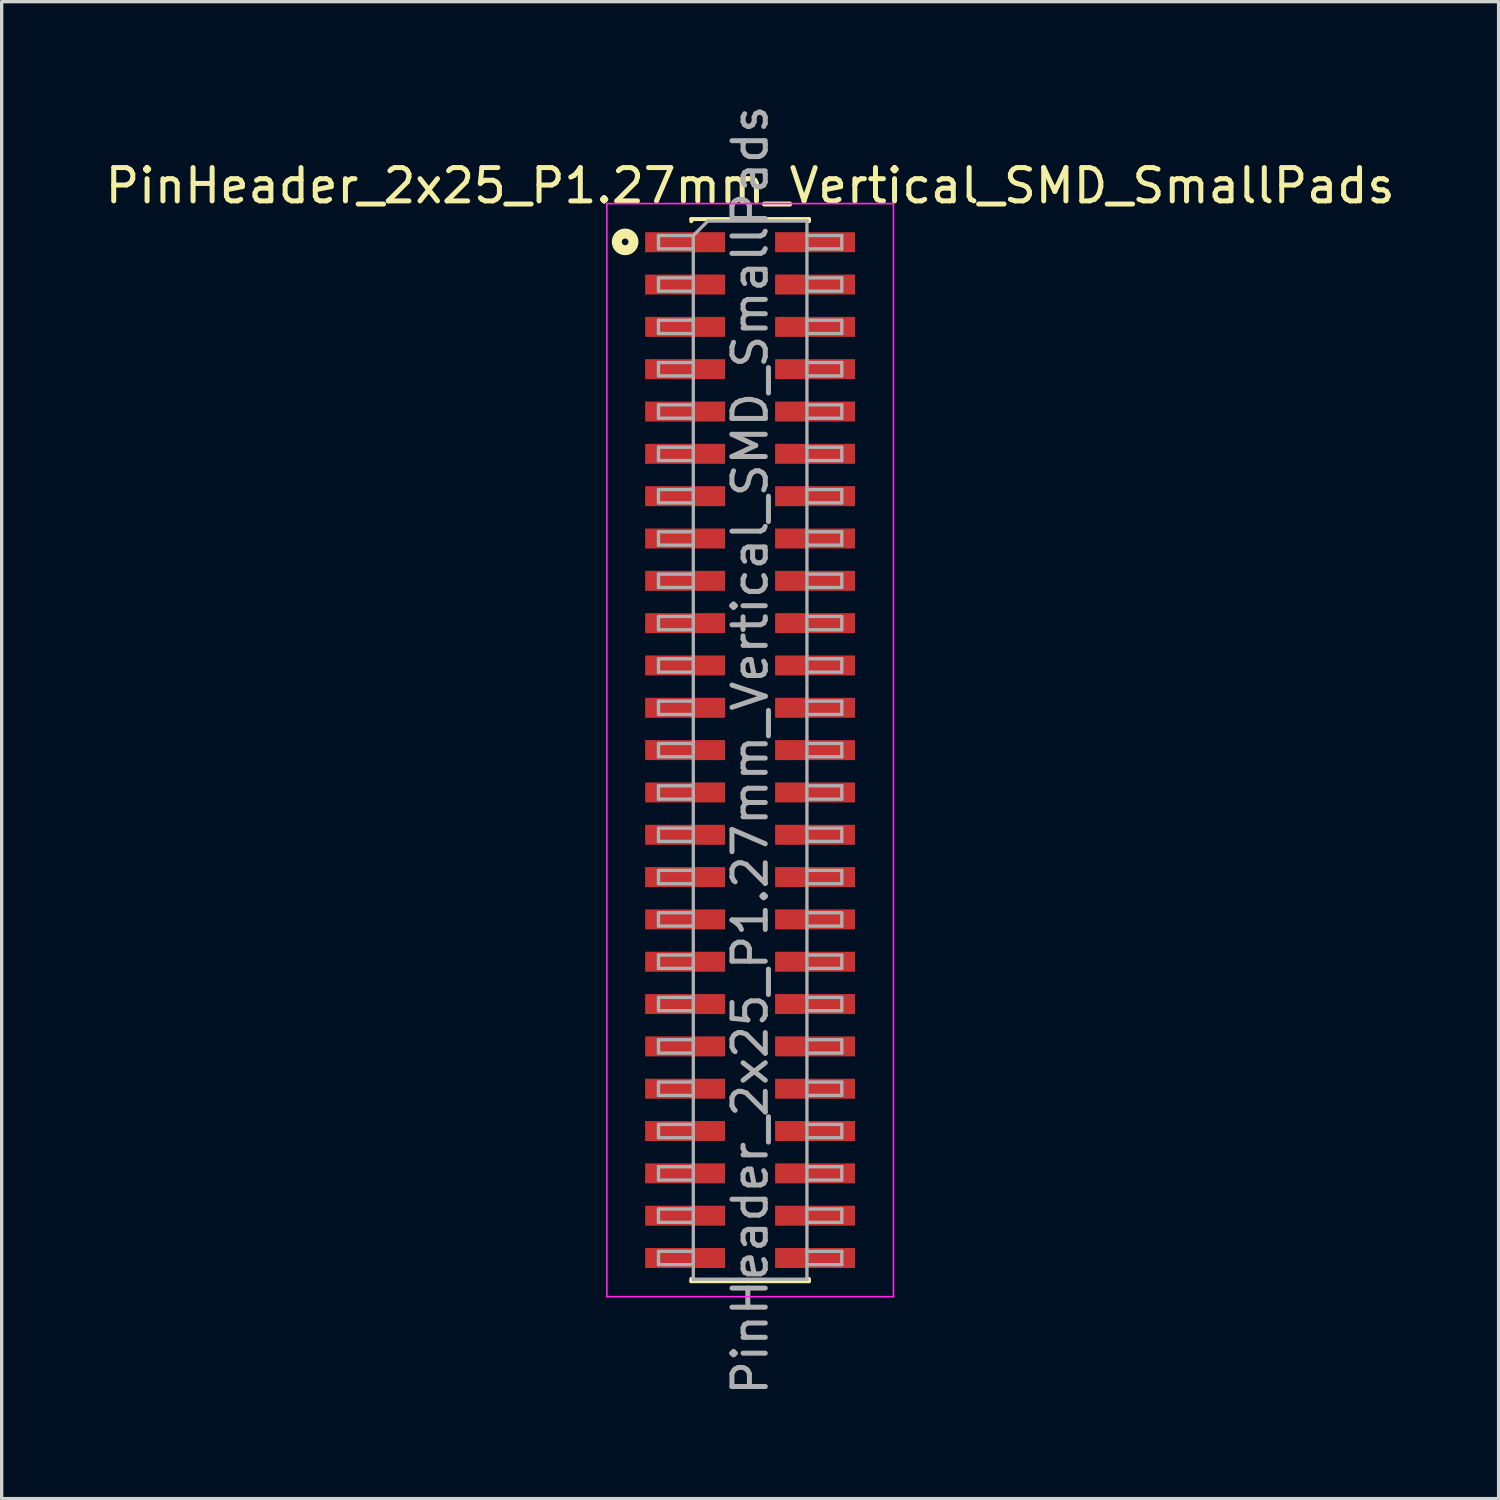
<source format=kicad_pcb>
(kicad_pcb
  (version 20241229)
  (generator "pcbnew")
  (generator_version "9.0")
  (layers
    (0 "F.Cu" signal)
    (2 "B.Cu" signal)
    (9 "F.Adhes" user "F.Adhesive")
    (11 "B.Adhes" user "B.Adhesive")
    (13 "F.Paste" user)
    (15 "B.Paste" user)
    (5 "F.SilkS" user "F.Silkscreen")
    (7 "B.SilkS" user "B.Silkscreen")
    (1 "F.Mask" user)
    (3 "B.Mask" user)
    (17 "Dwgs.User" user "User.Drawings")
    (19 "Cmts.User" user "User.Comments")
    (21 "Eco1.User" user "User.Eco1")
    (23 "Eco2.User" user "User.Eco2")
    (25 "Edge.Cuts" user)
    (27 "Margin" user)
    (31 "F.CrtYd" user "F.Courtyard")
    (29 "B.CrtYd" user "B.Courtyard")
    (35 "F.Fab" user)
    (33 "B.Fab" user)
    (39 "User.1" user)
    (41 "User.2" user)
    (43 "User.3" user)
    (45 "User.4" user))
  (footprint "PinHeader_2x25_P1.27mm_Vertical_SMD_SmallPads"
    (layer "F.Cu")
    (at 19.458 19.458)
    (property "Reference" "PinHeader_2x25_P1.27mm_Vertical_SMD_SmallPads" (at 0 -16.935 180) (layer "F.SilkS") (effects (font (size 1 1) (thickness 0.15))))
    (attr smd)
    (fp_line (start -1.765 -15.935) (end -1.765 -15.87) (stroke (width 0.12) (type solid)) (layer "F.SilkS"))
    (fp_line (start -1.765 -15.935) (end 1.765 -15.935) (stroke (width 0.12) (type solid)) (layer "F.SilkS"))
    (fp_line (start -1.765 15.87) (end -1.765 15.935) (stroke (width 0.12) (type solid)) (layer "F.SilkS"))
    (fp_line (start -1.765 15.935) (end 1.765 15.935) (stroke (width 0.12) (type solid)) (layer "F.SilkS"))
    (fp_line (start 1.765 -15.935) (end 1.765 -15.87) (stroke (width 0.12) (type solid)) (layer "F.SilkS"))
    (fp_line (start 1.765 15.87) (end 1.765 15.935) (stroke (width 0.12) (type solid)) (layer "F.SilkS"))
    (fp_circle (center -3.75 -15.25) (end -3.65 -15.25) (stroke (width 0.3) (type solid)) (fill no) (layer "F.SilkS"))
    (fp_line (start -4.3 -16.4) (end -4.3 16.4) (stroke (width 0.05) (type solid)) (layer "F.CrtYd"))
    (fp_line (start -4.3 16.4) (end 4.3 16.4) (stroke (width 0.05) (type solid)) (layer "F.CrtYd"))
    (fp_line (start 4.3 -16.4) (end -4.3 -16.4) (stroke (width 0.05) (type solid)) (layer "F.CrtYd"))
    (fp_line (start 4.3 16.4) (end 4.3 -16.4) (stroke (width 0.05) (type solid)) (layer "F.CrtYd"))
    (fp_line (start -2.75 -15.44) (end -2.75 -15.04) (stroke (width 0.1) (type solid)) (layer "F.Fab"))
    (fp_line (start -2.75 -15.04) (end -1.705 -15.04) (stroke (width 0.1) (type solid)) (layer "F.Fab"))
    (fp_line (start -2.75 -14.17) (end -2.75 -13.77) (stroke (width 0.1) (type solid)) (layer "F.Fab"))
    (fp_line (start -2.75 -13.77) (end -1.705 -13.77) (stroke (width 0.1) (type solid)) (layer "F.Fab"))
    (fp_line (start -2.75 -12.9) (end -2.75 -12.5) (stroke (width 0.1) (type solid)) (layer "F.Fab"))
    (fp_line (start -2.75 -12.5) (end -1.705 -12.5) (stroke (width 0.1) (type solid)) (layer "F.Fab"))
    (fp_line (start -2.75 -11.63) (end -2.75 -11.23) (stroke (width 0.1) (type solid)) (layer "F.Fab"))
    (fp_line (start -2.75 -11.23) (end -1.705 -11.23) (stroke (width 0.1) (type solid)) (layer "F.Fab"))
    (fp_line (start -2.75 -10.36) (end -2.75 -9.96) (stroke (width 0.1) (type solid)) (layer "F.Fab"))
    (fp_line (start -2.75 -9.96) (end -1.705 -9.96) (stroke (width 0.1) (type solid)) (layer "F.Fab"))
    (fp_line (start -2.75 -9.09) (end -2.75 -8.69) (stroke (width 0.1) (type solid)) (layer "F.Fab"))
    (fp_line (start -2.75 -8.69) (end -1.705 -8.69) (stroke (width 0.1) (type solid)) (layer "F.Fab"))
    (fp_line (start -2.75 -7.82) (end -2.75 -7.42) (stroke (width 0.1) (type solid)) (layer "F.Fab"))
    (fp_line (start -2.75 -7.42) (end -1.705 -7.42) (stroke (width 0.1) (type solid)) (layer "F.Fab"))
    (fp_line (start -2.75 -6.55) (end -2.75 -6.15) (stroke (width 0.1) (type solid)) (layer "F.Fab"))
    (fp_line (start -2.75 -6.15) (end -1.705 -6.15) (stroke (width 0.1) (type solid)) (layer "F.Fab"))
    (fp_line (start -2.75 -5.28) (end -2.75 -4.88) (stroke (width 0.1) (type solid)) (layer "F.Fab"))
    (fp_line (start -2.75 -4.88) (end -1.705 -4.88) (stroke (width 0.1) (type solid)) (layer "F.Fab"))
    (fp_line (start -2.75 -4.01) (end -2.75 -3.61) (stroke (width 0.1) (type solid)) (layer "F.Fab"))
    (fp_line (start -2.75 -3.61) (end -1.705 -3.61) (stroke (width 0.1) (type solid)) (layer "F.Fab"))
    (fp_line (start -2.75 -2.74) (end -2.75 -2.34) (stroke (width 0.1) (type solid)) (layer "F.Fab"))
    (fp_line (start -2.75 -2.34) (end -1.705 -2.34) (stroke (width 0.1) (type solid)) (layer "F.Fab"))
    (fp_line (start -2.75 -1.47) (end -2.75 -1.07) (stroke (width 0.1) (type solid)) (layer "F.Fab"))
    (fp_line (start -2.75 -1.07) (end -1.705 -1.07) (stroke (width 0.1) (type solid)) (layer "F.Fab"))
    (fp_line (start -2.75 -0.2) (end -2.75 0.2) (stroke (width 0.1) (type solid)) (layer "F.Fab"))
    (fp_line (start -2.75 0.2) (end -1.705 0.2) (stroke (width 0.1) (type solid)) (layer "F.Fab"))
    (fp_line (start -2.75 1.07) (end -2.75 1.47) (stroke (width 0.1) (type solid)) (layer "F.Fab"))
    (fp_line (start -2.75 1.47) (end -1.705 1.47) (stroke (width 0.1) (type solid)) (layer "F.Fab"))
    (fp_line (start -2.75 2.34) (end -2.75 2.74) (stroke (width 0.1) (type solid)) (layer "F.Fab"))
    (fp_line (start -2.75 2.74) (end -1.705 2.74) (stroke (width 0.1) (type solid)) (layer "F.Fab"))
    (fp_line (start -2.75 3.61) (end -2.75 4.01) (stroke (width 0.1) (type solid)) (layer "F.Fab"))
    (fp_line (start -2.75 4.01) (end -1.705 4.01) (stroke (width 0.1) (type solid)) (layer "F.Fab"))
    (fp_line (start -2.75 4.88) (end -2.75 5.28) (stroke (width 0.1) (type solid)) (layer "F.Fab"))
    (fp_line (start -2.75 5.28) (end -1.705 5.28) (stroke (width 0.1) (type solid)) (layer "F.Fab"))
    (fp_line (start -2.75 6.15) (end -2.75 6.55) (stroke (width 0.1) (type solid)) (layer "F.Fab"))
    (fp_line (start -2.75 6.55) (end -1.705 6.55) (stroke (width 0.1) (type solid)) (layer "F.Fab"))
    (fp_line (start -2.75 7.42) (end -2.75 7.82) (stroke (width 0.1) (type solid)) (layer "F.Fab"))
    (fp_line (start -2.75 7.82) (end -1.705 7.82) (stroke (width 0.1) (type solid)) (layer "F.Fab"))
    (fp_line (start -2.75 8.69) (end -2.75 9.09) (stroke (width 0.1) (type solid)) (layer "F.Fab"))
    (fp_line (start -2.75 9.09) (end -1.705 9.09) (stroke (width 0.1) (type solid)) (layer "F.Fab"))
    (fp_line (start -2.75 9.96) (end -2.75 10.36) (stroke (width 0.1) (type solid)) (layer "F.Fab"))
    (fp_line (start -2.75 10.36) (end -1.705 10.36) (stroke (width 0.1) (type solid)) (layer "F.Fab"))
    (fp_line (start -2.75 11.23) (end -2.75 11.63) (stroke (width 0.1) (type solid)) (layer "F.Fab"))
    (fp_line (start -2.75 11.63) (end -1.705 11.63) (stroke (width 0.1) (type solid)) (layer "F.Fab"))
    (fp_line (start -2.75 12.5) (end -2.75 12.9) (stroke (width 0.1) (type solid)) (layer "F.Fab"))
    (fp_line (start -2.75 12.9) (end -1.705 12.9) (stroke (width 0.1) (type solid)) (layer "F.Fab"))
    (fp_line (start -2.75 13.77) (end -2.75 14.17) (stroke (width 0.1) (type solid)) (layer "F.Fab"))
    (fp_line (start -2.75 14.17) (end -1.705 14.17) (stroke (width 0.1) (type solid)) (layer "F.Fab"))
    (fp_line (start -2.75 15.04) (end -2.75 15.44) (stroke (width 0.1) (type solid)) (layer "F.Fab"))
    (fp_line (start -2.75 15.44) (end -1.705 15.44) (stroke (width 0.1) (type solid)) (layer "F.Fab"))
    (fp_line (start -1.705 -15.44) (end -2.75 -15.44) (stroke (width 0.1) (type solid)) (layer "F.Fab"))
    (fp_line (start -1.705 -15.44) (end -1.27 -15.875) (stroke (width 0.1) (type solid)) (layer "F.Fab"))
    (fp_line (start -1.705 -14.17) (end -2.75 -14.17) (stroke (width 0.1) (type solid)) (layer "F.Fab"))
    (fp_line (start -1.705 -12.9) (end -2.75 -12.9) (stroke (width 0.1) (type solid)) (layer "F.Fab"))
    (fp_line (start -1.705 -11.63) (end -2.75 -11.63) (stroke (width 0.1) (type solid)) (layer "F.Fab"))
    (fp_line (start -1.705 -10.36) (end -2.75 -10.36) (stroke (width 0.1) (type solid)) (layer "F.Fab"))
    (fp_line (start -1.705 -9.09) (end -2.75 -9.09) (stroke (width 0.1) (type solid)) (layer "F.Fab"))
    (fp_line (start -1.705 -7.82) (end -2.75 -7.82) (stroke (width 0.1) (type solid)) (layer "F.Fab"))
    (fp_line (start -1.705 -6.55) (end -2.75 -6.55) (stroke (width 0.1) (type solid)) (layer "F.Fab"))
    (fp_line (start -1.705 -5.28) (end -2.75 -5.28) (stroke (width 0.1) (type solid)) (layer "F.Fab"))
    (fp_line (start -1.705 -4.01) (end -2.75 -4.01) (stroke (width 0.1) (type solid)) (layer "F.Fab"))
    (fp_line (start -1.705 -2.74) (end -2.75 -2.74) (stroke (width 0.1) (type solid)) (layer "F.Fab"))
    (fp_line (start -1.705 -1.47) (end -2.75 -1.47) (stroke (width 0.1) (type solid)) (layer "F.Fab"))
    (fp_line (start -1.705 -0.2) (end -2.75 -0.2) (stroke (width 0.1) (type solid)) (layer "F.Fab"))
    (fp_line (start -1.705 1.07) (end -2.75 1.07) (stroke (width 0.1) (type solid)) (layer "F.Fab"))
    (fp_line (start -1.705 2.34) (end -2.75 2.34) (stroke (width 0.1) (type solid)) (layer "F.Fab"))
    (fp_line (start -1.705 3.61) (end -2.75 3.61) (stroke (width 0.1) (type solid)) (layer "F.Fab"))
    (fp_line (start -1.705 4.88) (end -2.75 4.88) (stroke (width 0.1) (type solid)) (layer "F.Fab"))
    (fp_line (start -1.705 6.15) (end -2.75 6.15) (stroke (width 0.1) (type solid)) (layer "F.Fab"))
    (fp_line (start -1.705 7.42) (end -2.75 7.42) (stroke (width 0.1) (type solid)) (layer "F.Fab"))
    (fp_line (start -1.705 8.69) (end -2.75 8.69) (stroke (width 0.1) (type solid)) (layer "F.Fab"))
    (fp_line (start -1.705 9.96) (end -2.75 9.96) (stroke (width 0.1) (type solid)) (layer "F.Fab"))
    (fp_line (start -1.705 11.23) (end -2.75 11.23) (stroke (width 0.1) (type solid)) (layer "F.Fab"))
    (fp_line (start -1.705 12.5) (end -2.75 12.5) (stroke (width 0.1) (type solid)) (layer "F.Fab"))
    (fp_line (start -1.705 13.77) (end -2.75 13.77) (stroke (width 0.1) (type solid)) (layer "F.Fab"))
    (fp_line (start -1.705 15.04) (end -2.75 15.04) (stroke (width 0.1) (type solid)) (layer "F.Fab"))
    (fp_line (start -1.705 15.875) (end -1.705 -15.44) (stroke (width 0.1) (type solid)) (layer "F.Fab"))
    (fp_line (start -1.27 -15.875) (end 1.705 -15.875) (stroke (width 0.1) (type solid)) (layer "F.Fab"))
    (fp_line (start 1.705 -15.875) (end 1.705 15.875) (stroke (width 0.1) (type solid)) (layer "F.Fab"))
    (fp_line (start 1.705 -15.44) (end 2.75 -15.44) (stroke (width 0.1) (type solid)) (layer "F.Fab"))
    (fp_line (start 1.705 -14.17) (end 2.75 -14.17) (stroke (width 0.1) (type solid)) (layer "F.Fab"))
    (fp_line (start 1.705 -12.9) (end 2.75 -12.9) (stroke (width 0.1) (type solid)) (layer "F.Fab"))
    (fp_line (start 1.705 -11.63) (end 2.75 -11.63) (stroke (width 0.1) (type solid)) (layer "F.Fab"))
    (fp_line (start 1.705 -10.36) (end 2.75 -10.36) (stroke (width 0.1) (type solid)) (layer "F.Fab"))
    (fp_line (start 1.705 -9.09) (end 2.75 -9.09) (stroke (width 0.1) (type solid)) (layer "F.Fab"))
    (fp_line (start 1.705 -7.82) (end 2.75 -7.82) (stroke (width 0.1) (type solid)) (layer "F.Fab"))
    (fp_line (start 1.705 -6.55) (end 2.75 -6.55) (stroke (width 0.1) (type solid)) (layer "F.Fab"))
    (fp_line (start 1.705 -5.28) (end 2.75 -5.28) (stroke (width 0.1) (type solid)) (layer "F.Fab"))
    (fp_line (start 1.705 -4.01) (end 2.75 -4.01) (stroke (width 0.1) (type solid)) (layer "F.Fab"))
    (fp_line (start 1.705 -2.74) (end 2.75 -2.74) (stroke (width 0.1) (type solid)) (layer "F.Fab"))
    (fp_line (start 1.705 -1.47) (end 2.75 -1.47) (stroke (width 0.1) (type solid)) (layer "F.Fab"))
    (fp_line (start 1.705 -0.2) (end 2.75 -0.2) (stroke (width 0.1) (type solid)) (layer "F.Fab"))
    (fp_line (start 1.705 1.07) (end 2.75 1.07) (stroke (width 0.1) (type solid)) (layer "F.Fab"))
    (fp_line (start 1.705 2.34) (end 2.75 2.34) (stroke (width 0.1) (type solid)) (layer "F.Fab"))
    (fp_line (start 1.705 3.61) (end 2.75 3.61) (stroke (width 0.1) (type solid)) (layer "F.Fab"))
    (fp_line (start 1.705 4.88) (end 2.75 4.88) (stroke (width 0.1) (type solid)) (layer "F.Fab"))
    (fp_line (start 1.705 6.15) (end 2.75 6.15) (stroke (width 0.1) (type solid)) (layer "F.Fab"))
    (fp_line (start 1.705 7.42) (end 2.75 7.42) (stroke (width 0.1) (type solid)) (layer "F.Fab"))
    (fp_line (start 1.705 8.69) (end 2.75 8.69) (stroke (width 0.1) (type solid)) (layer "F.Fab"))
    (fp_line (start 1.705 9.96) (end 2.75 9.96) (stroke (width 0.1) (type solid)) (layer "F.Fab"))
    (fp_line (start 1.705 11.23) (end 2.75 11.23) (stroke (width 0.1) (type solid)) (layer "F.Fab"))
    (fp_line (start 1.705 12.5) (end 2.75 12.5) (stroke (width 0.1) (type solid)) (layer "F.Fab"))
    (fp_line (start 1.705 13.77) (end 2.75 13.77) (stroke (width 0.1) (type solid)) (layer "F.Fab"))
    (fp_line (start 1.705 15.04) (end 2.75 15.04) (stroke (width 0.1) (type solid)) (layer "F.Fab"))
    (fp_line (start 1.705 15.875) (end -1.705 15.875) (stroke (width 0.1) (type solid)) (layer "F.Fab"))
    (fp_line (start 2.75 -15.44) (end 2.75 -15.04) (stroke (width 0.1) (type solid)) (layer "F.Fab"))
    (fp_line (start 2.75 -15.04) (end 1.705 -15.04) (stroke (width 0.1) (type solid)) (layer "F.Fab"))
    (fp_line (start 2.75 -14.17) (end 2.75 -13.77) (stroke (width 0.1) (type solid)) (layer "F.Fab"))
    (fp_line (start 2.75 -13.77) (end 1.705 -13.77) (stroke (width 0.1) (type solid)) (layer "F.Fab"))
    (fp_line (start 2.75 -12.9) (end 2.75 -12.5) (stroke (width 0.1) (type solid)) (layer "F.Fab"))
    (fp_line (start 2.75 -12.5) (end 1.705 -12.5) (stroke (width 0.1) (type solid)) (layer "F.Fab"))
    (fp_line (start 2.75 -11.63) (end 2.75 -11.23) (stroke (width 0.1) (type solid)) (layer "F.Fab"))
    (fp_line (start 2.75 -11.23) (end 1.705 -11.23) (stroke (width 0.1) (type solid)) (layer "F.Fab"))
    (fp_line (start 2.75 -10.36) (end 2.75 -9.96) (stroke (width 0.1) (type solid)) (layer "F.Fab"))
    (fp_line (start 2.75 -9.96) (end 1.705 -9.96) (stroke (width 0.1) (type solid)) (layer "F.Fab"))
    (fp_line (start 2.75 -9.09) (end 2.75 -8.69) (stroke (width 0.1) (type solid)) (layer "F.Fab"))
    (fp_line (start 2.75 -8.69) (end 1.705 -8.69) (stroke (width 0.1) (type solid)) (layer "F.Fab"))
    (fp_line (start 2.75 -7.82) (end 2.75 -7.42) (stroke (width 0.1) (type solid)) (layer "F.Fab"))
    (fp_line (start 2.75 -7.42) (end 1.705 -7.42) (stroke (width 0.1) (type solid)) (layer "F.Fab"))
    (fp_line (start 2.75 -6.55) (end 2.75 -6.15) (stroke (width 0.1) (type solid)) (layer "F.Fab"))
    (fp_line (start 2.75 -6.15) (end 1.705 -6.15) (stroke (width 0.1) (type solid)) (layer "F.Fab"))
    (fp_line (start 2.75 -5.28) (end 2.75 -4.88) (stroke (width 0.1) (type solid)) (layer "F.Fab"))
    (fp_line (start 2.75 -4.88) (end 1.705 -4.88) (stroke (width 0.1) (type solid)) (layer "F.Fab"))
    (fp_line (start 2.75 -4.01) (end 2.75 -3.61) (stroke (width 0.1) (type solid)) (layer "F.Fab"))
    (fp_line (start 2.75 -3.61) (end 1.705 -3.61) (stroke (width 0.1) (type solid)) (layer "F.Fab"))
    (fp_line (start 2.75 -2.74) (end 2.75 -2.34) (stroke (width 0.1) (type solid)) (layer "F.Fab"))
    (fp_line (start 2.75 -2.34) (end 1.705 -2.34) (stroke (width 0.1) (type solid)) (layer "F.Fab"))
    (fp_line (start 2.75 -1.47) (end 2.75 -1.07) (stroke (width 0.1) (type solid)) (layer "F.Fab"))
    (fp_line (start 2.75 -1.07) (end 1.705 -1.07) (stroke (width 0.1) (type solid)) (layer "F.Fab"))
    (fp_line (start 2.75 -0.2) (end 2.75 0.2) (stroke (width 0.1) (type solid)) (layer "F.Fab"))
    (fp_line (start 2.75 0.2) (end 1.705 0.2) (stroke (width 0.1) (type solid)) (layer "F.Fab"))
    (fp_line (start 2.75 1.07) (end 2.75 1.47) (stroke (width 0.1) (type solid)) (layer "F.Fab"))
    (fp_line (start 2.75 1.47) (end 1.705 1.47) (stroke (width 0.1) (type solid)) (layer "F.Fab"))
    (fp_line (start 2.75 2.34) (end 2.75 2.74) (stroke (width 0.1) (type solid)) (layer "F.Fab"))
    (fp_line (start 2.75 2.74) (end 1.705 2.74) (stroke (width 0.1) (type solid)) (layer "F.Fab"))
    (fp_line (start 2.75 3.61) (end 2.75 4.01) (stroke (width 0.1) (type solid)) (layer "F.Fab"))
    (fp_line (start 2.75 4.01) (end 1.705 4.01) (stroke (width 0.1) (type solid)) (layer "F.Fab"))
    (fp_line (start 2.75 4.88) (end 2.75 5.28) (stroke (width 0.1) (type solid)) (layer "F.Fab"))
    (fp_line (start 2.75 5.28) (end 1.705 5.28) (stroke (width 0.1) (type solid)) (layer "F.Fab"))
    (fp_line (start 2.75 6.15) (end 2.75 6.55) (stroke (width 0.1) (type solid)) (layer "F.Fab"))
    (fp_line (start 2.75 6.55) (end 1.705 6.55) (stroke (width 0.1) (type solid)) (layer "F.Fab"))
    (fp_line (start 2.75 7.42) (end 2.75 7.82) (stroke (width 0.1) (type solid)) (layer "F.Fab"))
    (fp_line (start 2.75 7.82) (end 1.705 7.82) (stroke (width 0.1) (type solid)) (layer "F.Fab"))
    (fp_line (start 2.75 8.69) (end 2.75 9.09) (stroke (width 0.1) (type solid)) (layer "F.Fab"))
    (fp_line (start 2.75 9.09) (end 1.705 9.09) (stroke (width 0.1) (type solid)) (layer "F.Fab"))
    (fp_line (start 2.75 9.96) (end 2.75 10.36) (stroke (width 0.1) (type solid)) (layer "F.Fab"))
    (fp_line (start 2.75 10.36) (end 1.705 10.36) (stroke (width 0.1) (type solid)) (layer "F.Fab"))
    (fp_line (start 2.75 11.23) (end 2.75 11.63) (stroke (width 0.1) (type solid)) (layer "F.Fab"))
    (fp_line (start 2.75 11.63) (end 1.705 11.63) (stroke (width 0.1) (type solid)) (layer "F.Fab"))
    (fp_line (start 2.75 12.5) (end 2.75 12.9) (stroke (width 0.1) (type solid)) (layer "F.Fab"))
    (fp_line (start 2.75 12.9) (end 1.705 12.9) (stroke (width 0.1) (type solid)) (layer "F.Fab"))
    (fp_line (start 2.75 13.77) (end 2.75 14.17) (stroke (width 0.1) (type solid)) (layer "F.Fab"))
    (fp_line (start 2.75 14.17) (end 1.705 14.17) (stroke (width 0.1) (type solid)) (layer "F.Fab"))
    (fp_line (start 2.75 15.04) (end 2.75 15.44) (stroke (width 0.1) (type solid)) (layer "F.Fab"))
    (fp_line (start 2.75 15.44) (end 1.705 15.44) (stroke (width 0.1) (type solid)) (layer "F.Fab"))
    (fp_text user "${REFERENCE}" (at 0 0 90) (layer "F.Fab") (effects (font (size 1 1) (thickness 0.15))))
    (pad "1" smd rect (at -1.95 -15.24) (size 2.4 0.6) (layers "F.Cu" "F.Mask" "F.Paste"))
    (pad "2" smd rect (at 1.95 -15.24) (size 2.4 0.6) (layers "F.Cu" "F.Mask" "F.Paste"))
    (pad "3" smd rect (at -1.95 -13.97) (size 2.4 0.6) (layers "F.Cu" "F.Mask" "F.Paste"))
    (pad "4" smd rect (at 1.95 -13.97) (size 2.4 0.6) (layers "F.Cu" "F.Mask" "F.Paste"))
    (pad "5" smd rect (at -1.95 -12.7) (size 2.4 0.6) (layers "F.Cu" "F.Mask" "F.Paste"))
    (pad "6" smd rect (at 1.95 -12.7) (size 2.4 0.6) (layers "F.Cu" "F.Mask" "F.Paste"))
    (pad "7" smd rect (at -1.95 -11.43) (size 2.4 0.6) (layers "F.Cu" "F.Mask" "F.Paste"))
    (pad "8" smd rect (at 1.95 -11.43) (size 2.4 0.6) (layers "F.Cu" "F.Mask" "F.Paste"))
    (pad "9" smd rect (at -1.95 -10.16) (size 2.4 0.6) (layers "F.Cu" "F.Mask" "F.Paste"))
    (pad "10" smd rect (at 1.95 -10.16) (size 2.4 0.6) (layers "F.Cu" "F.Mask" "F.Paste"))
    (pad "11" smd rect (at -1.95 -8.89) (size 2.4 0.6) (layers "F.Cu" "F.Mask" "F.Paste"))
    (pad "12" smd rect (at 1.95 -8.89) (size 2.4 0.6) (layers "F.Cu" "F.Mask" "F.Paste"))
    (pad "13" smd rect (at -1.95 -7.62) (size 2.4 0.6) (layers "F.Cu" "F.Mask" "F.Paste"))
    (pad "14" smd rect (at 1.95 -7.62) (size 2.4 0.6) (layers "F.Cu" "F.Mask" "F.Paste"))
    (pad "15" smd rect (at -1.95 -6.35) (size 2.4 0.6) (layers "F.Cu" "F.Mask" "F.Paste"))
    (pad "16" smd rect (at 1.95 -6.35) (size 2.4 0.6) (layers "F.Cu" "F.Mask" "F.Paste"))
    (pad "17" smd rect (at -1.95 -5.08) (size 2.4 0.6) (layers "F.Cu" "F.Mask" "F.Paste"))
    (pad "18" smd rect (at 1.95 -5.08) (size 2.4 0.6) (layers "F.Cu" "F.Mask" "F.Paste"))
    (pad "19" smd rect (at -1.95 -3.81) (size 2.4 0.6) (layers "F.Cu" "F.Mask" "F.Paste"))
    (pad "20" smd rect (at 1.95 -3.81) (size 2.4 0.6) (layers "F.Cu" "F.Mask" "F.Paste"))
    (pad "21" smd rect (at -1.95 -2.54) (size 2.4 0.6) (layers "F.Cu" "F.Mask" "F.Paste"))
    (pad "22" smd rect (at 1.95 -2.54) (size 2.4 0.6) (layers "F.Cu" "F.Mask" "F.Paste"))
    (pad "23" smd rect (at -1.95 -1.27) (size 2.4 0.6) (layers "F.Cu" "F.Mask" "F.Paste"))
    (pad "24" smd rect (at 1.95 -1.27) (size 2.4 0.6) (layers "F.Cu" "F.Mask" "F.Paste"))
    (pad "25" smd rect (at -1.95 0) (size 2.4 0.6) (layers "F.Cu" "F.Mask" "F.Paste"))
    (pad "26" smd rect (at 1.95 0) (size 2.4 0.6) (layers "F.Cu" "F.Mask" "F.Paste"))
    (pad "27" smd rect (at -1.95 1.27) (size 2.4 0.6) (layers "F.Cu" "F.Mask" "F.Paste"))
    (pad "28" smd rect (at 1.95 1.27) (size 2.4 0.6) (layers "F.Cu" "F.Mask" "F.Paste"))
    (pad "29" smd rect (at -1.95 2.54) (size 2.4 0.6) (layers "F.Cu" "F.Mask" "F.Paste"))
    (pad "30" smd rect (at 1.95 2.54) (size 2.4 0.6) (layers "F.Cu" "F.Mask" "F.Paste"))
    (pad "31" smd rect (at -1.95 3.81) (size 2.4 0.6) (layers "F.Cu" "F.Mask" "F.Paste"))
    (pad "32" smd rect (at 1.95 3.81) (size 2.4 0.6) (layers "F.Cu" "F.Mask" "F.Paste"))
    (pad "33" smd rect (at -1.95 5.08) (size 2.4 0.6) (layers "F.Cu" "F.Mask" "F.Paste"))
    (pad "34" smd rect (at 1.95 5.08) (size 2.4 0.6) (layers "F.Cu" "F.Mask" "F.Paste"))
    (pad "35" smd rect (at -1.95 6.35) (size 2.4 0.6) (layers "F.Cu" "F.Mask" "F.Paste"))
    (pad "36" smd rect (at 1.95 6.35) (size 2.4 0.6) (layers "F.Cu" "F.Mask" "F.Paste"))
    (pad "37" smd rect (at -1.95 7.62) (size 2.4 0.6) (layers "F.Cu" "F.Mask" "F.Paste"))
    (pad "38" smd rect (at 1.95 7.62) (size 2.4 0.6) (layers "F.Cu" "F.Mask" "F.Paste"))
    (pad "39" smd rect (at -1.95 8.89) (size 2.4 0.6) (layers "F.Cu" "F.Mask" "F.Paste"))
    (pad "40" smd rect (at 1.95 8.89) (size 2.4 0.6) (layers "F.Cu" "F.Mask" "F.Paste"))
    (pad "41" smd rect (at -1.95 10.16) (size 2.4 0.6) (layers "F.Cu" "F.Mask" "F.Paste"))
    (pad "42" smd rect (at 1.95 10.16) (size 2.4 0.6) (layers "F.Cu" "F.Mask" "F.Paste"))
    (pad "43" smd rect (at -1.95 11.43) (size 2.4 0.6) (layers "F.Cu" "F.Mask" "F.Paste"))
    (pad "44" smd rect (at 1.95 11.43) (size 2.4 0.6) (layers "F.Cu" "F.Mask" "F.Paste"))
    (pad "45" smd rect (at -1.95 12.7) (size 2.4 0.6) (layers "F.Cu" "F.Mask" "F.Paste"))
    (pad "46" smd rect (at 1.95 12.7) (size 2.4 0.6) (layers "F.Cu" "F.Mask" "F.Paste"))
    (pad "47" smd rect (at -1.95 13.97) (size 2.4 0.6) (layers "F.Cu" "F.Mask" "F.Paste"))
    (pad "48" smd rect (at 1.95 13.97) (size 2.4 0.6) (layers "F.Cu" "F.Mask" "F.Paste"))
    (pad "49" smd rect (at -1.95 15.24) (size 2.4 0.6) (layers "F.Cu" "F.Mask" "F.Paste"))
    (pad "50" smd rect (at 1.95 15.24) (size 2.4 0.6) (layers "F.Cu" "F.Mask" "F.Paste")))
  (gr_rect
    (start -3 -3)
    (end 41.917 41.917)
    (stroke (width 0.1) (type default))
    (fill no)
    (layer "Edge.Cuts")))
</source>
